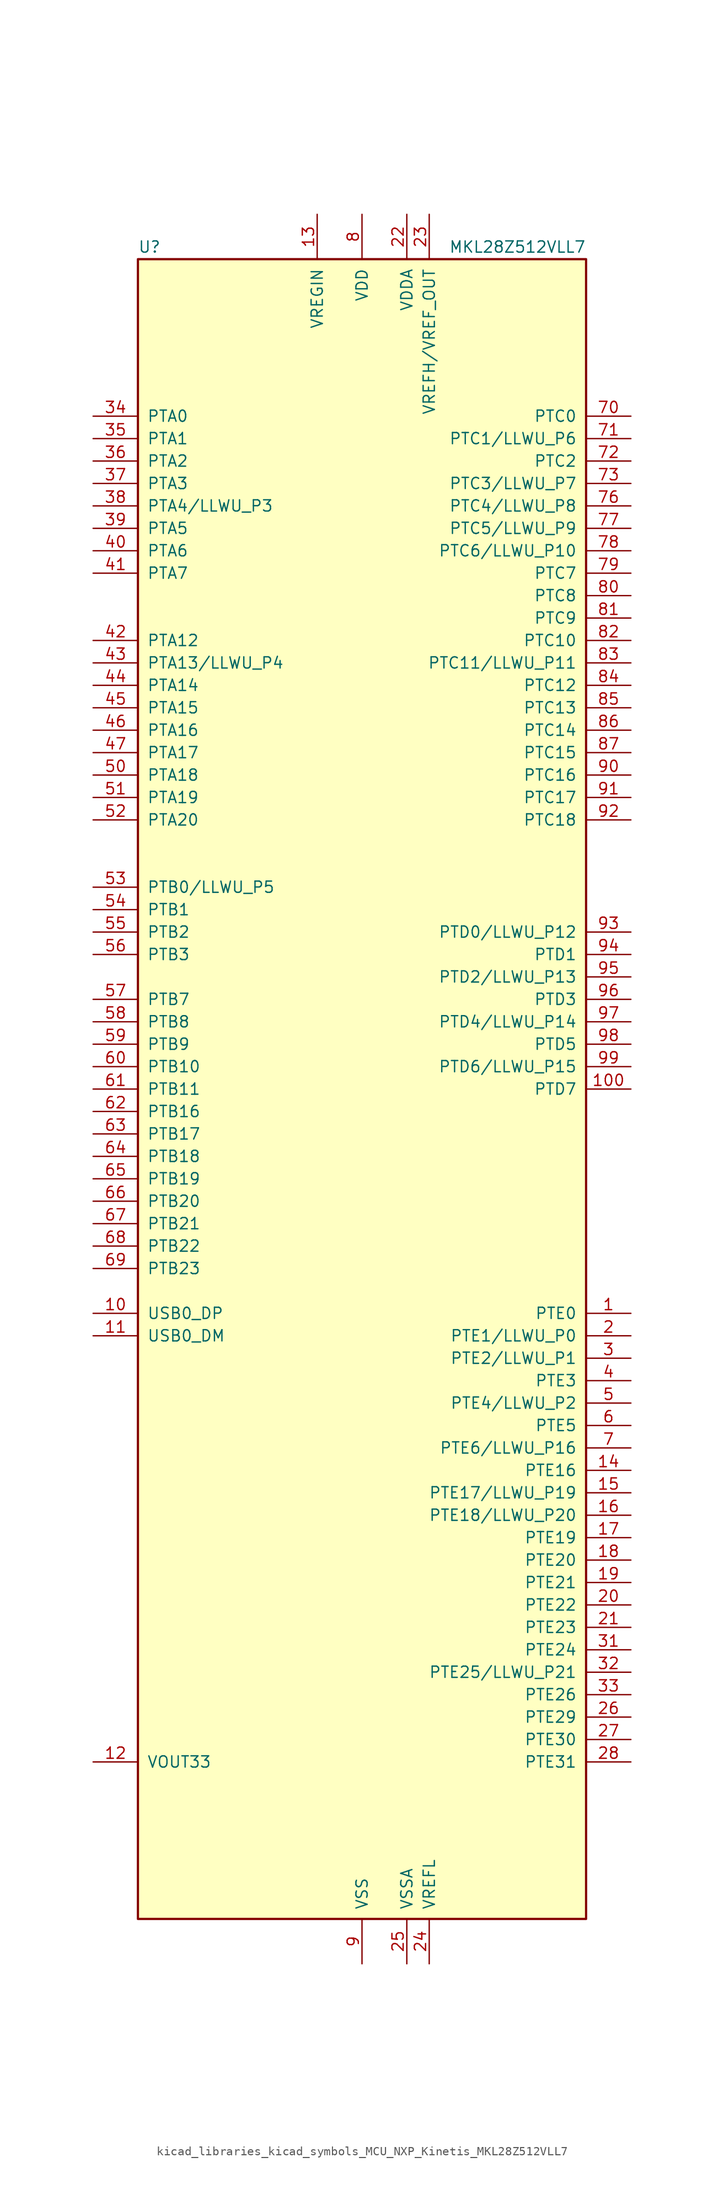
<source format=kicad_sym>
(kicad_symbol_lib
  (version 20220914)
  (generator kicad_symbol_editor)
  (symbol "kicad_libraries_kicad_symbols_MCU_NXP_Kinetis_MKL28Z512VLL7"
    (pin_names
      (offset 1.016))
    (property "Reference" "U"
      (at -25.4 94.615 0)
      (effects (font (size 1.27 1.27)) (justify left bottom)))
    (property "Value" "MKL28Z512VLL7"
      (at 25.4 94.615 0)
      (effects (font (size 1.27 1.27)) (justify right bottom)))
    (symbol "kicad_libraries_kicad_symbols_MCU_NXP_Kinetis_MKL28Z512VLL7_0_1"
      (rectangle (start -25.4 93.98) (end 25.4 -93.98) (stroke (width 0.254) (type default)) (fill (type background))))
    (symbol "kicad_libraries_kicad_symbols_MCU_NXP_Kinetis_MKL28Z512VLL7_1_1"
      (pin bidirectional line (at 30.48 -25.4 180) (length 5.08) (name "PTE0" (effects (font (size 1.27 1.27)))) (number "1" (effects (font (size 1.27 1.27)))))
      (pin bidirectional line (at -30.48 -25.4 0) (length 5.08) (name "USB0_DP" (effects (font (size 1.27 1.27)))) (number "10" (effects (font (size 1.27 1.27)))))
      (pin bidirectional line (at 30.48 0 180) (length 5.08) (name "PTD7" (effects (font (size 1.27 1.27)))) (number "100" (effects (font (size 1.27 1.27)))))
      (pin bidirectional line (at -30.48 -27.94 0) (length 5.08) (name "USB0_DM" (effects (font (size 1.27 1.27)))) (number "11" (effects (font (size 1.27 1.27)))))
      (pin power_out line (at -30.48 -76.2 0) (length 5.08) (name "VOUT33" (effects (font (size 1.27 1.27)))) (number "12" (effects (font (size 1.27 1.27)))))
      (pin power_in line (at -5.08 99.06 270) (length 5.08) (name "VREGIN" (effects (font (size 1.27 1.27)))) (number "13" (effects (font (size 1.27 1.27)))))
      (pin bidirectional line (at 30.48 -43.18 180) (length 5.08) (name "PTE16" (effects (font (size 1.27 1.27)))) (number "14" (effects (font (size 1.27 1.27)))))
      (pin bidirectional line (at 30.48 -45.72 180) (length 5.08) (name "PTE17/LLWU_P19" (effects (font (size 1.27 1.27)))) (number "15" (effects (font (size 1.27 1.27)))))
      (pin bidirectional line (at 30.48 -48.26 180) (length 5.08) (name "PTE18/LLWU_P20" (effects (font (size 1.27 1.27)))) (number "16" (effects (font (size 1.27 1.27)))))
      (pin bidirectional line (at 30.48 -50.8 180) (length 5.08) (name "PTE19" (effects (font (size 1.27 1.27)))) (number "17" (effects (font (size 1.27 1.27)))))
      (pin bidirectional line (at 30.48 -53.34 180) (length 5.08) (name "PTE20" (effects (font (size 1.27 1.27)))) (number "18" (effects (font (size 1.27 1.27)))))
      (pin bidirectional line (at 30.48 -55.88 180) (length 5.08) (name "PTE21" (effects (font (size 1.27 1.27)))) (number "19" (effects (font (size 1.27 1.27)))))
      (pin bidirectional line (at 30.48 -27.94 180) (length 5.08) (name "PTE1/LLWU_P0" (effects (font (size 1.27 1.27)))) (number "2" (effects (font (size 1.27 1.27)))))
      (pin bidirectional line (at 30.48 -58.42 180) (length 5.08) (name "PTE22" (effects (font (size 1.27 1.27)))) (number "20" (effects (font (size 1.27 1.27)))))
      (pin bidirectional line (at 30.48 -60.96 180) (length 5.08) (name "PTE23" (effects (font (size 1.27 1.27)))) (number "21" (effects (font (size 1.27 1.27)))))
      (pin power_in line (at 5.08 99.06 270) (length 5.08) (name "VDDA" (effects (font (size 1.27 1.27)))) (number "22" (effects (font (size 1.27 1.27)))))
      (pin power_in line (at 7.62 99.06 270) (length 5.08) (name "VREFH/VREF_OUT" (effects (font (size 1.27 1.27)))) (number "23" (effects (font (size 1.27 1.27)))))
      (pin power_in line (at 7.62 -99.06 90) (length 5.08) (name "VREFL" (effects (font (size 1.27 1.27)))) (number "24" (effects (font (size 1.27 1.27)))))
      (pin power_in line (at 5.08 -99.06 90) (length 5.08) (name "VSSA" (effects (font (size 1.27 1.27)))) (number "25" (effects (font (size 1.27 1.27)))))
      (pin bidirectional line (at 30.48 -71.12 180) (length 5.08) (name "PTE29" (effects (font (size 1.27 1.27)))) (number "26" (effects (font (size 1.27 1.27)))))
      (pin bidirectional line (at 30.48 -73.66 180) (length 5.08) (name "PTE30" (effects (font (size 1.27 1.27)))) (number "27" (effects (font (size 1.27 1.27)))))
      (pin bidirectional line (at 30.48 -76.2 180) (length 5.08) (name "PTE31" (effects (font (size 1.27 1.27)))) (number "28" (effects (font (size 1.27 1.27)))))
      (pin passive line (at 0 -99.06 90) (length 5.08) hide (name "VSS" (effects (font (size 1.27 1.27)))) (number "29" (effects (font (size 1.27 1.27)))))
      (pin bidirectional line (at 30.48 -30.48 180) (length 5.08) (name "PTE2/LLWU_P1" (effects (font (size 1.27 1.27)))) (number "3" (effects (font (size 1.27 1.27)))))
      (pin passive line (at 0 99.06 270) (length 5.08) hide (name "VDD" (effects (font (size 1.27 1.27)))) (number "30" (effects (font (size 1.27 1.27)))))
      (pin bidirectional line (at 30.48 -63.5 180) (length 5.08) (name "PTE24" (effects (font (size 1.27 1.27)))) (number "31" (effects (font (size 1.27 1.27)))))
      (pin bidirectional line (at 30.48 -66.04 180) (length 5.08) (name "PTE25/LLWU_P21" (effects (font (size 1.27 1.27)))) (number "32" (effects (font (size 1.27 1.27)))))
      (pin bidirectional line (at 30.48 -68.58 180) (length 5.08) (name "PTE26" (effects (font (size 1.27 1.27)))) (number "33" (effects (font (size 1.27 1.27)))))
      (pin bidirectional line (at -30.48 76.2 0) (length 5.08) (name "PTA0" (effects (font (size 1.27 1.27)))) (number "34" (effects (font (size 1.27 1.27)))))
      (pin bidirectional line (at -30.48 73.66 0) (length 5.08) (name "PTA1" (effects (font (size 1.27 1.27)))) (number "35" (effects (font (size 1.27 1.27)))))
      (pin bidirectional line (at -30.48 71.12 0) (length 5.08) (name "PTA2" (effects (font (size 1.27 1.27)))) (number "36" (effects (font (size 1.27 1.27)))))
      (pin bidirectional line (at -30.48 68.58 0) (length 5.08) (name "PTA3" (effects (font (size 1.27 1.27)))) (number "37" (effects (font (size 1.27 1.27)))))
      (pin bidirectional line (at -30.48 66.04 0) (length 5.08) (name "PTA4/LLWU_P3" (effects (font (size 1.27 1.27)))) (number "38" (effects (font (size 1.27 1.27)))))
      (pin bidirectional line (at -30.48 63.5 0) (length 5.08) (name "PTA5" (effects (font (size 1.27 1.27)))) (number "39" (effects (font (size 1.27 1.27)))))
      (pin bidirectional line (at 30.48 -33.02 180) (length 5.08) (name "PTE3" (effects (font (size 1.27 1.27)))) (number "4" (effects (font (size 1.27 1.27)))))
      (pin bidirectional line (at -30.48 60.96 0) (length 5.08) (name "PTA6" (effects (font (size 1.27 1.27)))) (number "40" (effects (font (size 1.27 1.27)))))
      (pin bidirectional line (at -30.48 58.42 0) (length 5.08) (name "PTA7" (effects (font (size 1.27 1.27)))) (number "41" (effects (font (size 1.27 1.27)))))
      (pin bidirectional line (at -30.48 50.8 0) (length 5.08) (name "PTA12" (effects (font (size 1.27 1.27)))) (number "42" (effects (font (size 1.27 1.27)))))
      (pin bidirectional line (at -30.48 48.26 0) (length 5.08) (name "PTA13/LLWU_P4" (effects (font (size 1.27 1.27)))) (number "43" (effects (font (size 1.27 1.27)))))
      (pin bidirectional line (at -30.48 45.72 0) (length 5.08) (name "PTA14" (effects (font (size 1.27 1.27)))) (number "44" (effects (font (size 1.27 1.27)))))
      (pin bidirectional line (at -30.48 43.18 0) (length 5.08) (name "PTA15" (effects (font (size 1.27 1.27)))) (number "45" (effects (font (size 1.27 1.27)))))
      (pin bidirectional line (at -30.48 40.64 0) (length 5.08) (name "PTA16" (effects (font (size 1.27 1.27)))) (number "46" (effects (font (size 1.27 1.27)))))
      (pin bidirectional line (at -30.48 38.1 0) (length 5.08) (name "PTA17" (effects (font (size 1.27 1.27)))) (number "47" (effects (font (size 1.27 1.27)))))
      (pin passive line (at 0 99.06 270) (length 5.08) hide (name "VDD" (effects (font (size 1.27 1.27)))) (number "48" (effects (font (size 1.27 1.27)))))
      (pin passive line (at 0 -99.06 90) (length 5.08) hide (name "VSS" (effects (font (size 1.27 1.27)))) (number "49" (effects (font (size 1.27 1.27)))))
      (pin bidirectional line (at 30.48 -35.56 180) (length 5.08) (name "PTE4/LLWU_P2" (effects (font (size 1.27 1.27)))) (number "5" (effects (font (size 1.27 1.27)))))
      (pin bidirectional line (at -30.48 35.56 0) (length 5.08) (name "PTA18" (effects (font (size 1.27 1.27)))) (number "50" (effects (font (size 1.27 1.27)))))
      (pin bidirectional line (at -30.48 33.02 0) (length 5.08) (name "PTA19" (effects (font (size 1.27 1.27)))) (number "51" (effects (font (size 1.27 1.27)))))
      (pin bidirectional line (at -30.48 30.48 0) (length 5.08) (name "PTA20" (effects (font (size 1.27 1.27)))) (number "52" (effects (font (size 1.27 1.27)))))
      (pin bidirectional line (at -30.48 22.86 0) (length 5.08) (name "PTB0/LLWU_P5" (effects (font (size 1.27 1.27)))) (number "53" (effects (font (size 1.27 1.27)))))
      (pin bidirectional line (at -30.48 20.32 0) (length 5.08) (name "PTB1" (effects (font (size 1.27 1.27)))) (number "54" (effects (font (size 1.27 1.27)))))
      (pin bidirectional line (at -30.48 17.78 0) (length 5.08) (name "PTB2" (effects (font (size 1.27 1.27)))) (number "55" (effects (font (size 1.27 1.27)))))
      (pin bidirectional line (at -30.48 15.24 0) (length 5.08) (name "PTB3" (effects (font (size 1.27 1.27)))) (number "56" (effects (font (size 1.27 1.27)))))
      (pin bidirectional line (at -30.48 10.16 0) (length 5.08) (name "PTB7" (effects (font (size 1.27 1.27)))) (number "57" (effects (font (size 1.27 1.27)))))
      (pin bidirectional line (at -30.48 7.62 0) (length 5.08) (name "PTB8" (effects (font (size 1.27 1.27)))) (number "58" (effects (font (size 1.27 1.27)))))
      (pin bidirectional line (at -30.48 5.08 0) (length 5.08) (name "PTB9" (effects (font (size 1.27 1.27)))) (number "59" (effects (font (size 1.27 1.27)))))
      (pin bidirectional line (at 30.48 -38.1 180) (length 5.08) (name "PTE5" (effects (font (size 1.27 1.27)))) (number "6" (effects (font (size 1.27 1.27)))))
      (pin bidirectional line (at -30.48 2.54 0) (length 5.08) (name "PTB10" (effects (font (size 1.27 1.27)))) (number "60" (effects (font (size 1.27 1.27)))))
      (pin bidirectional line (at -30.48 0 0) (length 5.08) (name "PTB11" (effects (font (size 1.27 1.27)))) (number "61" (effects (font (size 1.27 1.27)))))
      (pin bidirectional line (at -30.48 -2.54 0) (length 5.08) (name "PTB16" (effects (font (size 1.27 1.27)))) (number "62" (effects (font (size 1.27 1.27)))))
      (pin bidirectional line (at -30.48 -5.08 0) (length 5.08) (name "PTB17" (effects (font (size 1.27 1.27)))) (number "63" (effects (font (size 1.27 1.27)))))
      (pin bidirectional line (at -30.48 -7.62 0) (length 5.08) (name "PTB18" (effects (font (size 1.27 1.27)))) (number "64" (effects (font (size 1.27 1.27)))))
      (pin bidirectional line (at -30.48 -10.16 0) (length 5.08) (name "PTB19" (effects (font (size 1.27 1.27)))) (number "65" (effects (font (size 1.27 1.27)))))
      (pin bidirectional line (at -30.48 -12.7 0) (length 5.08) (name "PTB20" (effects (font (size 1.27 1.27)))) (number "66" (effects (font (size 1.27 1.27)))))
      (pin bidirectional line (at -30.48 -15.24 0) (length 5.08) (name "PTB21" (effects (font (size 1.27 1.27)))) (number "67" (effects (font (size 1.27 1.27)))))
      (pin bidirectional line (at -30.48 -17.78 0) (length 5.08) (name "PTB22" (effects (font (size 1.27 1.27)))) (number "68" (effects (font (size 1.27 1.27)))))
      (pin bidirectional line (at -30.48 -20.32 0) (length 5.08) (name "PTB23" (effects (font (size 1.27 1.27)))) (number "69" (effects (font (size 1.27 1.27)))))
      (pin bidirectional line (at 30.48 -40.64 180) (length 5.08) (name "PTE6/LLWU_P16" (effects (font (size 1.27 1.27)))) (number "7" (effects (font (size 1.27 1.27)))))
      (pin bidirectional line (at 30.48 76.2 180) (length 5.08) (name "PTC0" (effects (font (size 1.27 1.27)))) (number "70" (effects (font (size 1.27 1.27)))))
      (pin bidirectional line (at 30.48 73.66 180) (length 5.08) (name "PTC1/LLWU_P6" (effects (font (size 1.27 1.27)))) (number "71" (effects (font (size 1.27 1.27)))))
      (pin bidirectional line (at 30.48 71.12 180) (length 5.08) (name "PTC2" (effects (font (size 1.27 1.27)))) (number "72" (effects (font (size 1.27 1.27)))))
      (pin bidirectional line (at 30.48 68.58 180) (length 5.08) (name "PTC3/LLWU_P7" (effects (font (size 1.27 1.27)))) (number "73" (effects (font (size 1.27 1.27)))))
      (pin passive line (at 0 -99.06 90) (length 5.08) hide (name "VSS" (effects (font (size 1.27 1.27)))) (number "74" (effects (font (size 1.27 1.27)))))
      (pin passive line (at 0 99.06 270) (length 5.08) hide (name "VDD" (effects (font (size 1.27 1.27)))) (number "75" (effects (font (size 1.27 1.27)))))
      (pin bidirectional line (at 30.48 66.04 180) (length 5.08) (name "PTC4/LLWU_P8" (effects (font (size 1.27 1.27)))) (number "76" (effects (font (size 1.27 1.27)))))
      (pin bidirectional line (at 30.48 63.5 180) (length 5.08) (name "PTC5/LLWU_P9" (effects (font (size 1.27 1.27)))) (number "77" (effects (font (size 1.27 1.27)))))
      (pin bidirectional line (at 30.48 60.96 180) (length 5.08) (name "PTC6/LLWU_P10" (effects (font (size 1.27 1.27)))) (number "78" (effects (font (size 1.27 1.27)))))
      (pin bidirectional line (at 30.48 58.42 180) (length 5.08) (name "PTC7" (effects (font (size 1.27 1.27)))) (number "79" (effects (font (size 1.27 1.27)))))
      (pin power_in line (at 0 99.06 270) (length 5.08) (name "VDD" (effects (font (size 1.27 1.27)))) (number "8" (effects (font (size 1.27 1.27)))))
      (pin bidirectional line (at 30.48 55.88 180) (length 5.08) (name "PTC8" (effects (font (size 1.27 1.27)))) (number "80" (effects (font (size 1.27 1.27)))))
      (pin bidirectional line (at 30.48 53.34 180) (length 5.08) (name "PTC9" (effects (font (size 1.27 1.27)))) (number "81" (effects (font (size 1.27 1.27)))))
      (pin bidirectional line (at 30.48 50.8 180) (length 5.08) (name "PTC10" (effects (font (size 1.27 1.27)))) (number "82" (effects (font (size 1.27 1.27)))))
      (pin bidirectional line (at 30.48 48.26 180) (length 5.08) (name "PTC11/LLWU_P11" (effects (font (size 1.27 1.27)))) (number "83" (effects (font (size 1.27 1.27)))))
      (pin bidirectional line (at 30.48 45.72 180) (length 5.08) (name "PTC12" (effects (font (size 1.27 1.27)))) (number "84" (effects (font (size 1.27 1.27)))))
      (pin bidirectional line (at 30.48 43.18 180) (length 5.08) (name "PTC13" (effects (font (size 1.27 1.27)))) (number "85" (effects (font (size 1.27 1.27)))))
      (pin bidirectional line (at 30.48 40.64 180) (length 5.08) (name "PTC14" (effects (font (size 1.27 1.27)))) (number "86" (effects (font (size 1.27 1.27)))))
      (pin bidirectional line (at 30.48 38.1 180) (length 5.08) (name "PTC15" (effects (font (size 1.27 1.27)))) (number "87" (effects (font (size 1.27 1.27)))))
      (pin passive line (at 0 -99.06 90) (length 5.08) hide (name "VSS" (effects (font (size 1.27 1.27)))) (number "88" (effects (font (size 1.27 1.27)))))
      (pin passive line (at 0 99.06 270) (length 5.08) hide (name "VDD" (effects (font (size 1.27 1.27)))) (number "89" (effects (font (size 1.27 1.27)))))
      (pin power_in line (at 0 -99.06 90) (length 5.08) (name "VSS" (effects (font (size 1.27 1.27)))) (number "9" (effects (font (size 1.27 1.27)))))
      (pin bidirectional line (at 30.48 35.56 180) (length 5.08) (name "PTC16" (effects (font (size 1.27 1.27)))) (number "90" (effects (font (size 1.27 1.27)))))
      (pin bidirectional line (at 30.48 33.02 180) (length 5.08) (name "PTC17" (effects (font (size 1.27 1.27)))) (number "91" (effects (font (size 1.27 1.27)))))
      (pin bidirectional line (at 30.48 30.48 180) (length 5.08) (name "PTC18" (effects (font (size 1.27 1.27)))) (number "92" (effects (font (size 1.27 1.27)))))
      (pin bidirectional line (at 30.48 17.78 180) (length 5.08) (name "PTD0/LLWU_P12" (effects (font (size 1.27 1.27)))) (number "93" (effects (font (size 1.27 1.27)))))
      (pin bidirectional line (at 30.48 15.24 180) (length 5.08) (name "PTD1" (effects (font (size 1.27 1.27)))) (number "94" (effects (font (size 1.27 1.27)))))
      (pin bidirectional line (at 30.48 12.7 180) (length 5.08) (name "PTD2/LLWU_P13" (effects (font (size 1.27 1.27)))) (number "95" (effects (font (size 1.27 1.27)))))
      (pin bidirectional line (at 30.48 10.16 180) (length 5.08) (name "PTD3" (effects (font (size 1.27 1.27)))) (number "96" (effects (font (size 1.27 1.27)))))
      (pin bidirectional line (at 30.48 7.62 180) (length 5.08) (name "PTD4/LLWU_P14" (effects (font (size 1.27 1.27)))) (number "97" (effects (font (size 1.27 1.27)))))
      (pin bidirectional line (at 30.48 5.08 180) (length 5.08) (name "PTD5" (effects (font (size 1.27 1.27)))) (number "98" (effects (font (size 1.27 1.27)))))
      (pin bidirectional line (at 30.48 2.54 180) (length 5.08) (name "PTD6/LLWU_P15" (effects (font (size 1.27 1.27)))) (number "99" (effects (font (size 1.27 1.27))))))))
</source>
